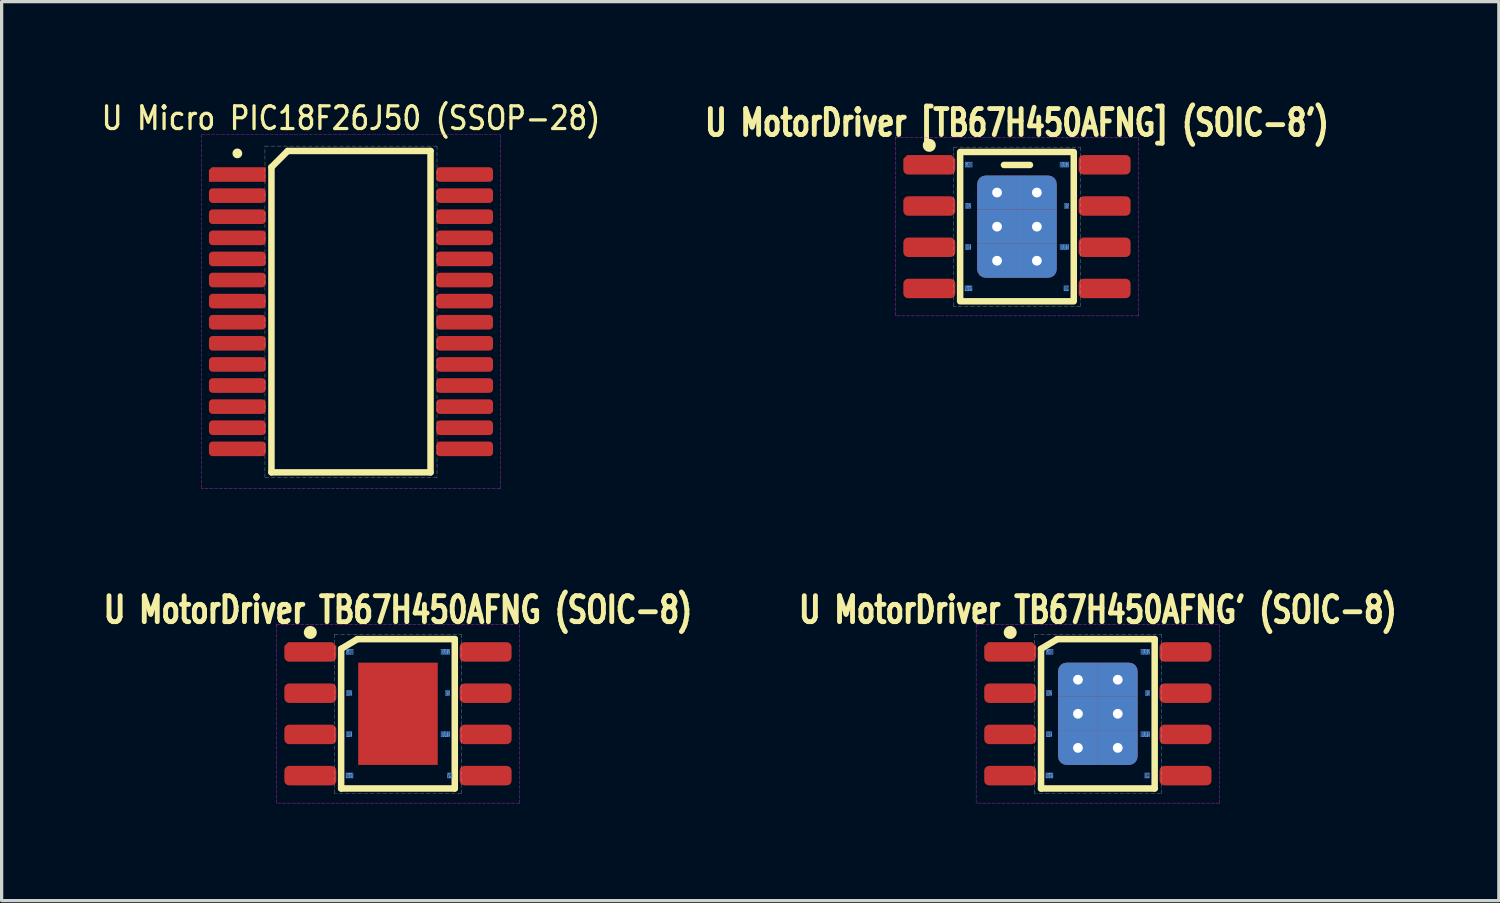
<source format=kicad_pcb>
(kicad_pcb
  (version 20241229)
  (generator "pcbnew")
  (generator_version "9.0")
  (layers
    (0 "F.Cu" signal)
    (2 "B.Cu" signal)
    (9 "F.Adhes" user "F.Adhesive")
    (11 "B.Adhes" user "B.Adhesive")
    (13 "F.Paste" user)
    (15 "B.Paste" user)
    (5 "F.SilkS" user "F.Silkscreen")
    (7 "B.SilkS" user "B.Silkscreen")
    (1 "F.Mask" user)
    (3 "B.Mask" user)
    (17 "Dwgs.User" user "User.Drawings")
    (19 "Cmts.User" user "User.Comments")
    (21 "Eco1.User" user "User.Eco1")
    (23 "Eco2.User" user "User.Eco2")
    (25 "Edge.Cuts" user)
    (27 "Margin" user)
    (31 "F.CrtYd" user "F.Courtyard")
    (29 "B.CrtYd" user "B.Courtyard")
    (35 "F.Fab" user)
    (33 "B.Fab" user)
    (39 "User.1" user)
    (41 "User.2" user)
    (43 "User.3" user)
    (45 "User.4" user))
  (footprint "U MotorDriver TB67H450AFNG' (SOIC-8)"
    (layer "F.Cu")
    (at 30.766 18.936)
    (property "Reference" "U MotorDriver TB67H450AFNG' (SOIC-8)" (at 0 -3.2 0) (layer "F.SilkS") (effects (font (size 0.8 0.6) (thickness 0.15))))
    (attr smd)
    (fp_line (start -1.75 -2) (end -1.25 -2.3) (stroke (width 0.2) (type default)) (layer "F.SilkS"))
    (fp_line (start -1.75 2.3) (end -1.75 -2) (stroke (width 0.2) (type default)) (layer "F.SilkS"))
    (fp_line (start -1.25 -2.3) (end 1.75 -2.3) (stroke (width 0.2) (type default)) (layer "F.SilkS"))
    (fp_line (start 1.75 -2.3) (end 1.75 2.3) (stroke (width 0.2) (type default)) (layer "F.SilkS"))
    (fp_line (start 1.75 2.3) (end -1.75 2.3) (stroke (width 0.2) (type default)) (layer "F.SilkS"))
    (fp_circle (center -2.7 -2.505) (end -2.55 -2.505) (stroke (width 0.1) (type solid)) (fill yes) (layer "F.SilkS"))
    (fp_rect (start -3.75 -2.75) (end 3.75 2.75) (stroke (width 0.01) (type dash)) (fill no) (layer "F.CrtYd"))
    (fp_rect (start -1.95 -2.45) (end 1.95 2.45) (stroke (width 0.01) (type dash_dot)) (fill no) (layer "F.Fab"))
    (fp_text user "GND" (at -1.6 -1.905 0) (layer "Cmts.User" knockout) (effects (font (size 0.13 0.07) (thickness 0.01) (bold yes)) (justify left)))
    (fp_text user "VM" (at 1.6 1.905 0) (layer "Cmts.User" knockout) (effects (font (size 0.13 0.07) (thickness 0.01)) (justify right)))
    (fp_text user "RS" (at 1.6 -0.635 0) (layer "Cmts.User" knockout) (effects (font (size 0.13 0.07) (thickness 0.01)) (justify right)))
    (fp_text user "IN1" (at -1.6 0.635 0) (layer "Cmts.User" knockout) (effects (font (size 0.13 0.07) (thickness 0.01)) (justify left)))
    (fp_text user "IN2" (at -1.6 -0.635 0) (layer "Cmts.User" knockout) (effects (font (size 0.13 0.07) (thickness 0.01)) (justify left)))
    (fp_text user "OUT1" (at 1.6 0.635 0) (layer "Cmts.User" knockout) (effects (font (size 0.13 0.07) (thickness 0.01)) (justify right)))
    (fp_text user "OUT2" (at 1.6 -1.905 0) (layer "Cmts.User" knockout) (effects (font (size 0.13 0.07) (thickness 0.01) (bold yes)) (justify right)))
    (fp_text user "Vref" (at -1.6 1.905 0) (layer "Cmts.User" knockout) (effects (font (size 0.13 0.07) (thickness 0.01)) (justify left)))
    (pad "1" smd roundrect (at -2.7 -1.905) (size 1.6 0.6) (layers "F.Cu" "F.Mask" "F.Paste") (roundrect_rratio 0.25) (chamfer_ratio 0.2) (chamfer top_left top_right))
    (pad "2" smd roundrect (at -2.7 -0.635) (size 1.6 0.6) (layers "F.Cu" "F.Mask" "F.Paste") (roundrect_rratio 0.25))
    (pad "3" smd roundrect (at -2.7 0.635) (size 1.6 0.6) (layers "F.Cu" "F.Mask" "F.Paste") (roundrect_rratio 0.25))
    (pad "4" smd roundrect (at -2.7 1.905) (size 1.6 0.6) (layers "F.Cu" "F.Mask" "F.Paste") (roundrect_rratio 0.25))
    (pad "5" smd roundrect (at 2.7 1.905) (size 1.6 0.6) (layers "F.Cu" "F.Mask" "F.Paste") (roundrect_rratio 0.25))
    (pad "6" smd roundrect (at 2.7 0.635) (size 1.6 0.6) (layers "F.Cu" "F.Mask" "F.Paste") (roundrect_rratio 0.25))
    (pad "7" smd roundrect (at 2.7 -0.635) (size 1.6 0.6) (layers "F.Cu" "F.Mask" "F.Paste") (roundrect_rratio 0.25))
    (pad "8" smd roundrect (at 2.7 -1.905) (size 1.6 0.6) (layers "F.Cu" "F.Mask" "F.Paste") (roundrect_rratio 0.25))
    (pad "9" thru_hole roundrect (at -0.613 -1.05) (size 1.225 1.05) (drill 0.3) (layers "*.Cu" "F.Mask" "F.Paste") (roundrect_rratio 0.25) (chamfer_ratio 0) (chamfer top_right bottom_left bottom_right))
    (pad "9" thru_hole rect (at -0.613 0) (size 1.225 1.05) (drill 0.3) (layers "*.Cu" "F.Mask" "F.Paste"))
    (pad "9" thru_hole roundrect (at -0.613 1.05) (size 1.225 1.05) (drill 0.3) (layers "*.Cu" "F.Mask" "F.Paste") (roundrect_rratio 0.25) (chamfer_ratio 0) (chamfer top_left top_right bottom_right))
    (pad "9" thru_hole roundrect (at 0.613 -1.05) (size 1.225 1.05) (drill 0.3) (layers "*.Cu" "F.Mask" "F.Paste") (roundrect_rratio 0.25) (chamfer_ratio 0) (chamfer top_left bottom_left bottom_right))
    (pad "9" thru_hole rect (at 0.613 0) (size 1.225 1.05) (drill 0.3) (layers "*.Cu" "F.Mask" "F.Paste"))
    (pad "9" thru_hole roundrect (at 0.613 1.05) (size 1.225 1.05) (drill 0.3) (layers "*.Cu" "F.Mask" "F.Paste") (roundrect_rratio 0.25) (chamfer_ratio 0) (chamfer top_left top_right bottom_left)))
  (footprint "U MotorDriver TB67H450AFNG (SOIC-8)"
    (layer "F.Cu")
    (at 9.208 18.936)
    (property "Reference" "U MotorDriver TB67H450AFNG (SOIC-8)" (at 0 -3.2 0) (layer "F.SilkS") (effects (font (size 0.8 0.6) (thickness 0.15))))
    (attr smd)
    (fp_line (start -1.75 -2) (end -1.25 -2.3) (stroke (width 0.2) (type default)) (layer "F.SilkS"))
    (fp_line (start -1.75 2.3) (end -1.75 -2) (stroke (width 0.2) (type default)) (layer "F.SilkS"))
    (fp_line (start -1.25 -2.3) (end 1.75 -2.3) (stroke (width 0.2) (type default)) (layer "F.SilkS"))
    (fp_line (start 1.75 -2.3) (end 1.75 2.3) (stroke (width 0.2) (type default)) (layer "F.SilkS"))
    (fp_line (start 1.75 2.3) (end -1.75 2.3) (stroke (width 0.2) (type default)) (layer "F.SilkS"))
    (fp_circle (center -2.7 -2.505) (end -2.55 -2.505) (stroke (width 0.1) (type solid)) (fill yes) (layer "F.SilkS"))
    (fp_rect (start -3.75 -2.75) (end 3.75 2.75) (stroke (width 0.01) (type dash)) (fill no) (layer "F.CrtYd"))
    (fp_rect (start -1.95 -2.45) (end 1.95 2.45) (stroke (width 0.01) (type dash_dot)) (fill no) (layer "F.Fab"))
    (fp_text user "OUT2" (at 1.6 -1.905 0) (layer "Cmts.User" knockout) (effects (font (size 0.13 0.07) (thickness 0.01) (bold yes)) (justify right)))
    (fp_text user "RS" (at 1.6 -0.635 0) (layer "Cmts.User" knockout) (effects (font (size 0.13 0.07) (thickness 0.01)) (justify right)))
    (fp_text user "VM" (at 1.6 1.905 0) (layer "Cmts.User" knockout) (effects (font (size 0.13 0.07) (thickness 0.01))))
    (fp_text user "IN1" (at -1.6 0.635 0) (layer "Cmts.User" knockout) (effects (font (size 0.13 0.07) (thickness 0.01)) (justify left)))
    (fp_text user "GND" (at -1.6 -1.905 0) (layer "Cmts.User" knockout) (effects (font (size 0.13 0.07) (thickness 0.01) (bold yes)) (justify left)))
    (fp_text user "Vref" (at -1.6 1.905 0) (layer "Cmts.User" knockout) (effects (font (size 0.13 0.07) (thickness 0.01)) (justify left)))
    (fp_text user "IN2" (at -1.6 -0.635 0) (layer "Cmts.User" knockout) (effects (font (size 0.13 0.07) (thickness 0.01)) (justify left)))
    (fp_text user "OUT1" (at 1.6 0.635 0) (layer "Cmts.User" knockout) (effects (font (size 0.13 0.07) (thickness 0.01)) (justify right)))
    (pad "1" smd roundrect (at -2.7 -1.905) (size 1.6 0.6) (layers "F.Cu" "F.Mask" "F.Paste") (roundrect_rratio 0.25) (chamfer_ratio 0.2) (chamfer top_left top_right))
    (pad "2" smd roundrect (at -2.7 -0.635) (size 1.6 0.6) (layers "F.Cu" "F.Mask" "F.Paste") (roundrect_rratio 0.25))
    (pad "3" smd roundrect (at -2.7 0.635) (size 1.6 0.6) (layers "F.Cu" "F.Mask" "F.Paste") (roundrect_rratio 0.25))
    (pad "4" smd roundrect (at -2.7 1.905) (size 1.6 0.6) (layers "F.Cu" "F.Mask" "F.Paste") (roundrect_rratio 0.25))
    (pad "5" smd roundrect (at 2.7 1.905) (size 1.6 0.6) (layers "F.Cu" "F.Mask" "F.Paste") (roundrect_rratio 0.25))
    (pad "6" smd roundrect (at 2.7 0.635) (size 1.6 0.6) (layers "F.Cu" "F.Mask" "F.Paste") (roundrect_rratio 0.25))
    (pad "7" smd roundrect (at 2.7 -0.635) (size 1.6 0.6) (layers "F.Cu" "F.Mask" "F.Paste") (roundrect_rratio 0.25))
    (pad "8" smd roundrect (at 2.7 -1.905) (size 1.6 0.6) (layers "F.Cu" "F.Mask" "F.Paste") (roundrect_rratio 0.25))
    (pad "9" smd rect (at 0 0) (size 2.45 3.15) (layers "F.Cu" "F.Mask" "F.Paste")))
  (footprint "U Micro PIC18F26J50 (SSOP-28)"
    (layer "F.Cu")
    (at 7.761 6.55)
    (property "Reference" "U Micro PIC18F26J50 (SSOP-28)" (at 0 -5.55 0) (unlocked yes) (layer "F.SilkS") (effects (font (size 0.7 0.6) (thickness 0.1)) (justify bottom)))
    (attr smd)
    (fp_line (start -2.45 -4.45) (end -1.95 -4.95) (stroke (width 0.2) (type default)) (layer "F.SilkS"))
    (fp_line (start -2.45 4.95) (end -2.45 -4.45) (stroke (width 0.2) (type default)) (layer "F.SilkS"))
    (fp_line (start -1.95 -4.95) (end 2.45 -4.95) (stroke (width 0.2) (type default)) (layer "F.SilkS"))
    (fp_line (start 2.45 -4.95) (end 2.45 4.95) (stroke (width 0.2) (type default)) (layer "F.SilkS"))
    (fp_line (start 2.45 4.95) (end -2.45 4.95) (stroke (width 0.2) (type default)) (layer "F.SilkS"))
    (fp_circle (center -3.5 -4.875) (end -3.4 -4.875) (stroke (width 0.1) (type solid)) (fill yes) (layer "F.SilkS"))
    (fp_rect (start -4.6 -5.45) (end 4.6 5.45) (stroke (width 0.01) (type dash)) (fill no) (layer "F.CrtYd"))
    (fp_rect (start -2.65 -5.1) (end 2.65 5.1) (stroke (width 0.01) (type dash_dot)) (fill no) (layer "F.Fab"))
    (fp_text user "Vss" (at 2.25 1.625 0) (unlocked yes) (layer "User.7") (effects (font (size 0.13 0.07) (thickness 0.014) (bold yes)) (justify right)))
    (fp_text user "RB6/KBI2/PGC/RP9" (at 2.25 -3.575 0) (unlocked yes) (layer "User.7") (effects (font (size 0.13 0.07) (thickness 0.014) (bold yes)) (justify right)))
    (fp_text user "RC5/D+/VP" (at 2.25 3.575 0) (unlocked yes) (layer "User.7") (effects (font (size 0.13 0.07) (thickness 0.01)) (justify right)))
    (fp_text user "~{MCLR}" (at -2.25 -4.225 0) (unlocked yes) (layer "User.7") (effects (font (size 0.13 0.07) (thickness 0.014) (bold yes)) (justify left)))
    (fp_text user "RB2/AN8/CTED1/VMO/REFO/RP5" (at 2.25 -0.975 0) (unlocked yes) (layer "User.7") (effects (font (size 0.13 0.07) (thickness 0.01)) (justify right)))
    (fp_text user "RC7/RX1/DT1/SDO1/RP18" (at 2.25 2.275 0) (unlocked yes) (layer "User.7") (effects (font (size 0.13 0.07) (thickness 0.01)) (justify right)))
    (fp_text user "RA1/AN1/C2INA/RP1" (at -2.25 -2.925 0) (unlocked yes) (layer "User.7") (effects (font (size 0.13 0.07) (thickness 0.01)) (justify left)))
    (fp_text user "RA2/AN2/Vref-/CVref/C2INB" (at -2.25 -2.275 0) (unlocked yes) (layer "User.7") (effects (font (size 0.13 0.07) (thickness 0.01)) (justify left)))
    (fp_text user "RC2/AN11/CTPLS/RP13" (at -2.25 3.575 0) (unlocked yes) (layer "User.7") (effects (font (size 0.13 0.07) (thickness 0.01)) (justify left)))
    (fp_text user "RA5/AN4/~{SS1}/HLVDIN/RCV/RP2" (at -2.25 -0.325 0) (unlocked yes) (layer "User.7") (effects (font (size 0.13 0.07) (thickness 0.01)) (justify left)))
    (fp_text user "RA3/AN3/Vref+/C1INB" (at -2.25 -1.625 0) (unlocked yes) (layer "User.7") (effects (font (size 0.13 0.07) (thickness 0.01)) (justify left)))
    (fp_text user "RB5/KBI1/SDI1/SDA1/RP8" (at 2.25 -2.925 0) (unlocked yes) (layer "User.7") (effects (font (size 0.13 0.07) (thickness 0.01)) (justify right)))
    (fp_text user "Vdd" (at 2.25 0.975 0) (unlocked yes) (layer "User.7") (effects (font (size 0.13 0.07) (thickness 0.014) (bold yes)) (justify right)))
    (fp_text user "OSC2/CLKO/RA6" (at -2.25 1.625 0) (unlocked yes) (layer "User.7") (effects (font (size 0.13 0.07) (thickness 0.01)) (justify left)))
    (fp_text user "RA0/AN0/C1INA/ULPWU/RP0" (at -2.25 -3.575 0) (unlocked yes) (layer "User.7") (effects (font (size 0.13 0.07) (thickness 0.01)) (justify left)))
    (fp_text user "OSC1/CLKI/RA7" (at -2.25 0.975 0) (unlocked yes) (layer "User.7") (effects (font (size 0.13 0.07) (thickness 0.01)) (justify left)))
    (fp_text user "RB1/AN10/RTCC/RP4" (at 2.25 -0.325 0) (unlocked yes) (layer "User.7") (effects (font (size 0.13 0.07) (thickness 0.01)) (justify right)))
    (fp_text user "Vusb" (at -2.25 4.225 0) (unlocked yes) (layer "User.7") (effects (font (size 0.13 0.07) (thickness 0.014) (bold yes)) (justify left)))
    (fp_text user "RB4/PMA1/KBI0/SCK1/SCL1/RP7" (at 2.25 -2.275 0) (unlocked yes) (layer "User.7") (effects (font (size 0.13 0.07) (thickness 0.01)) (justify right)))
    (fp_text user "RC4/D-/VM" (at 2.25 4.225 0) (unlocked yes) (layer "User.7") (effects (font (size 0.13 0.07) (thickness 0.01)) (justify right)))
    (fp_text user "RC0/T1OSO/T1CKI/RP11" (at -2.25 2.275 0) (unlocked yes) (layer "User.7") (effects (font (size 0.13 0.07) (thickness 0.01)) (justify left)))
    (fp_text user "RB3/AN9/CTED2/VPO/RP6" (at 2.25 -1.625 0) (unlocked yes) (layer "User.7") (effects (font (size 0.13 0.07) (thickness 0.01)) (justify right)))
    (fp_text user "RB0/AN12/INT0/RP3" (at 2.25 0.325 0) (unlocked yes) (layer "User.7") (effects (font (size 0.13 0.07) (thickness 0.01)) (justify right)))
    (fp_text user "RC1/T1OSI/~{UOE}/RP12" (at -2.25 2.925 0) (unlocked yes) (layer "User.7") (effects (font (size 0.13 0.07) (thickness 0.01)) (justify left)))
    (fp_text user "RB7/KBI3/PGD/RP10" (at 2.25 -4.225 0) (unlocked yes) (layer "User.7") (effects (font (size 0.13 0.07) (thickness 0.014) (bold yes)) (justify right)))
    (fp_text user "Vddcore/Vcap" (at -2.25 -0.975 0) (unlocked yes) (layer "User.7") (effects (font (size 0.13 0.07) (thickness 0.014) (bold yes)) (justify left)))
    (fp_text user "RC6/TX1/CK1/RP17" (at 2.25 2.925 0) (unlocked yes) (layer "User.7") (effects (font (size 0.13 0.07) (thickness 0.01)) (justify right)))
    (fp_text user "Vss" (at -2.25 0.325 0) (unlocked yes) (layer "User.7") (effects (font (size 0.13 0.07) (thickness 0.014) (bold yes)) (justify left)))
    (pad "1" smd roundrect (at -3.5 -4.225) (size 1.75 0.45) (layers "F.Cu" "F.Mask" "F.Paste") (roundrect_rratio 0) (chamfer_ratio 0.2) (chamfer top_left))
    (pad "2" smd roundrect (at -3.5 -3.575) (size 1.75 0.45) (layers "F.Cu" "F.Mask" "F.Paste") (roundrect_rratio 0.25))
    (pad "3" smd roundrect (at -3.5 -2.925) (size 1.75 0.45) (layers "F.Cu" "F.Mask" "F.Paste") (roundrect_rratio 0.25))
    (pad "4" smd roundrect (at -3.5 -2.275) (size 1.75 0.45) (layers "F.Cu" "F.Mask" "F.Paste") (roundrect_rratio 0.25))
    (pad "5" smd roundrect (at -3.5 -1.625) (size 1.75 0.45) (layers "F.Cu" "F.Mask" "F.Paste") (roundrect_rratio 0.25))
    (pad "6" smd roundrect (at -3.5 -0.975) (size 1.75 0.45) (layers "F.Cu" "F.Mask" "F.Paste") (roundrect_rratio 0.25))
    (pad "7" smd roundrect (at -3.5 -0.325) (size 1.75 0.45) (layers "F.Cu" "F.Mask" "F.Paste") (roundrect_rratio 0.25))
    (pad "8" smd roundrect (at -3.5 0.325) (size 1.75 0.45) (layers "F.Cu" "F.Mask" "F.Paste") (roundrect_rratio 0.25))
    (pad "9" smd roundrect (at -3.5 0.975) (size 1.75 0.45) (layers "F.Cu" "F.Mask" "F.Paste") (roundrect_rratio 0.25))
    (pad "10" smd roundrect (at -3.5 1.625) (size 1.75 0.45) (layers "F.Cu" "F.Mask" "F.Paste") (roundrect_rratio 0.25))
    (pad "11" smd roundrect (at -3.5 2.275) (size 1.75 0.45) (layers "F.Cu" "F.Mask" "F.Paste") (roundrect_rratio 0.25))
    (pad "12" smd roundrect (at -3.5 2.925) (size 1.75 0.45) (layers "F.Cu" "F.Mask" "F.Paste") (roundrect_rratio 0.25))
    (pad "13" smd roundrect (at -3.5 3.575) (size 1.75 0.45) (layers "F.Cu" "F.Mask" "F.Paste") (roundrect_rratio 0.25))
    (pad "14" smd roundrect (at -3.5 4.225) (size 1.75 0.45) (layers "F.Cu" "F.Mask" "F.Paste") (roundrect_rratio 0.25))
    (pad "15" smd roundrect (at 3.5 4.225) (size 1.75 0.45) (layers "F.Cu" "F.Mask" "F.Paste") (roundrect_rratio 0.25))
    (pad "16" smd roundrect (at 3.5 3.575) (size 1.75 0.45) (layers "F.Cu" "F.Mask" "F.Paste") (roundrect_rratio 0.25))
    (pad "17" smd roundrect (at 3.5 2.925) (size 1.75 0.45) (layers "F.Cu" "F.Mask" "F.Paste") (roundrect_rratio 0.25))
    (pad "18" smd roundrect (at 3.5 2.275) (size 1.75 0.45) (layers "F.Cu" "F.Mask" "F.Paste") (roundrect_rratio 0.25))
    (pad "19" smd roundrect (at 3.5 1.625) (size 1.75 0.45) (layers "F.Cu" "F.Mask" "F.Paste") (roundrect_rratio 0.25))
    (pad "20" smd roundrect (at 3.5 0.975) (size 1.75 0.45) (layers "F.Cu" "F.Mask" "F.Paste") (roundrect_rratio 0.25))
    (pad "21" smd roundrect (at 3.5 0.325) (size 1.75 0.45) (layers "F.Cu" "F.Mask" "F.Paste") (roundrect_rratio 0.25))
    (pad "22" smd roundrect (at 3.5 -0.325) (size 1.75 0.45) (layers "F.Cu" "F.Mask" "F.Paste") (roundrect_rratio 0.25))
    (pad "23" smd roundrect (at 3.5 -0.975) (size 1.75 0.45) (layers "F.Cu" "F.Mask" "F.Paste") (roundrect_rratio 0.25))
    (pad "24" smd roundrect (at 3.5 -1.625) (size 1.75 0.45) (layers "F.Cu" "F.Mask" "F.Paste") (roundrect_rratio 0.25))
    (pad "25" smd roundrect (at 3.5 -2.275) (size 1.75 0.45) (layers "F.Cu" "F.Mask" "F.Paste") (roundrect_rratio 0.25))
    (pad "26" smd roundrect (at 3.5 -2.925) (size 1.75 0.45) (layers "F.Cu" "F.Mask" "F.Paste") (roundrect_rratio 0.25))
    (pad "27" smd roundrect (at 3.5 -3.575) (size 1.75 0.45) (layers "F.Cu" "F.Mask" "F.Paste") (roundrect_rratio 0.25))
    (pad "28" smd roundrect (at 3.5 -4.225) (size 1.75 0.45) (layers "F.Cu" "F.Mask" "F.Paste") (roundrect_rratio 0.25)))
  (footprint "U MotorDriver [TB67H450AFNG] (SOIC-8')"
    (layer "F.Cu")
    (at 28.274 3.931)
    (property "Reference" "U MotorDriver [TB67H450AFNG] (SOIC-8')" (at 0 -3.2 0) (layer "F.SilkS") (effects (font (size 0.8 0.6) (thickness 0.15))))
    (attr smd)
    (fp_line (start -0.4 -1.9) (end 0.4 -1.9) (stroke (width 0.2) (type default)) (layer "F.SilkS"))
    (fp_rect (start -1.75 -2.3) (end 1.75 2.3) (stroke (width 0.2) (type default)) (fill no) (layer "F.SilkS"))
    (fp_circle (center -2.7 -2.505) (end -2.55 -2.505) (stroke (width 0.1) (type solid)) (fill yes) (layer "F.SilkS"))
    (fp_rect (start -3.75 -2.75) (end 3.75 2.75) (stroke (width 0.01) (type dash)) (fill no) (layer "F.CrtYd"))
    (fp_rect (start -1.95 -2.45) (end 1.95 2.45) (stroke (width 0.01) (type dash_dot)) (fill no) (layer "F.Fab"))
    (fp_text user "Vref" (at -1.6 1.905 0) (layer "Cmts.User" knockout) (effects (font (size 0.13 0.07) (thickness 0.01)) (justify left)))
    (fp_text user "OUT2" (at 1.6 -1.905 0) (layer "Cmts.User" knockout) (effects (font (size 0.13 0.07) (thickness 0.01) (bold yes)) (justify right)))
    (fp_text user "IN2" (at -1.6 -0.635 0) (layer "Cmts.User" knockout) (effects (font (size 0.13 0.07) (thickness 0.01)) (justify left)))
    (fp_text user "IN1" (at -1.6 0.635 0) (layer "Cmts.User" knockout) (effects (font (size 0.13 0.07) (thickness 0.01)) (justify left)))
    (fp_text user "VM" (at 1.6 1.905 0) (layer "Cmts.User" knockout) (effects (font (size 0.13 0.07) (thickness 0.01)) (justify right)))
    (fp_text user "OUT1" (at 1.6 0.635 0) (layer "Cmts.User" knockout) (effects (font (size 0.13 0.07) (thickness 0.01)) (justify right)))
    (fp_text user "RS" (at 1.6 -0.635 0) (layer "Cmts.User" knockout) (effects (font (size 0.13 0.07) (thickness 0.01)) (justify right)))
    (fp_text user "GND" (at -1.6 -1.905 0) (layer "Cmts.User" knockout) (effects (font (size 0.13 0.07) (thickness 0.01) (bold yes)) (justify left)))
    (pad "1" smd roundrect (at -2.7 -1.905) (size 1.6 0.6) (layers "F.Cu" "F.Mask" "F.Paste") (roundrect_rratio 0.25) (chamfer_ratio 0.2) (chamfer top_left top_right))
    (pad "2" smd roundrect (at -2.7 -0.635) (size 1.6 0.6) (layers "F.Cu" "F.Mask" "F.Paste") (roundrect_rratio 0.25))
    (pad "3" smd roundrect (at -2.7 0.635) (size 1.6 0.6) (layers "F.Cu" "F.Mask" "F.Paste") (roundrect_rratio 0.25))
    (pad "4" smd roundrect (at -2.7 1.905) (size 1.6 0.6) (layers "F.Cu" "F.Mask" "F.Paste") (roundrect_rratio 0.25))
    (pad "5" smd roundrect (at 2.7 1.905) (size 1.6 0.6) (layers "F.Cu" "F.Mask" "F.Paste") (roundrect_rratio 0.25))
    (pad "6" smd roundrect (at 2.7 0.635) (size 1.6 0.6) (layers "F.Cu" "F.Mask" "F.Paste") (roundrect_rratio 0.25))
    (pad "7" smd roundrect (at 2.7 -0.635) (size 1.6 0.6) (layers "F.Cu" "F.Mask" "F.Paste") (roundrect_rratio 0.25))
    (pad "8" smd roundrect (at 2.7 -1.905) (size 1.6 0.6) (layers "F.Cu" "F.Mask" "F.Paste") (roundrect_rratio 0.25))
    (pad "9" thru_hole roundrect (at -0.613 -1.05) (size 1.225 1.05) (drill 0.3) (layers "*.Cu" "F.Mask" "F.Paste") (roundrect_rratio 0.25) (chamfer_ratio 0) (chamfer top_right bottom_left bottom_right))
    (pad "9" thru_hole rect (at -0.613 0) (size 1.225 1.05) (drill 0.3) (layers "*.Cu" "F.Mask" "F.Paste"))
    (pad "9" thru_hole roundrect (at -0.613 1.05) (size 1.225 1.05) (drill 0.3) (layers "*.Cu" "F.Mask" "F.Paste") (roundrect_rratio 0.25) (chamfer_ratio 0) (chamfer top_left top_right bottom_right))
    (pad "9" thru_hole roundrect (at 0.613 -1.05) (size 1.225 1.05) (drill 0.3) (layers "*.Cu" "F.Mask" "F.Paste") (roundrect_rratio 0.25) (chamfer_ratio 0) (chamfer top_left bottom_left bottom_right))
    (pad "9" thru_hole rect (at 0.613 0) (size 1.225 1.05) (drill 0.3) (layers "*.Cu" "F.Mask" "F.Paste"))
    (pad "9" thru_hole roundrect (at 0.613 1.05) (size 1.225 1.05) (drill 0.3) (layers "*.Cu" "F.Mask" "F.Paste") (roundrect_rratio 0.25) (chamfer_ratio 0) (chamfer top_left top_right bottom_left)))
  (gr_rect
    (start -3 -3)
    (end 43.117 24.691)
    (stroke (width 0.1) (type default))
    (fill no)
    (layer "Edge.Cuts")))
</source>
